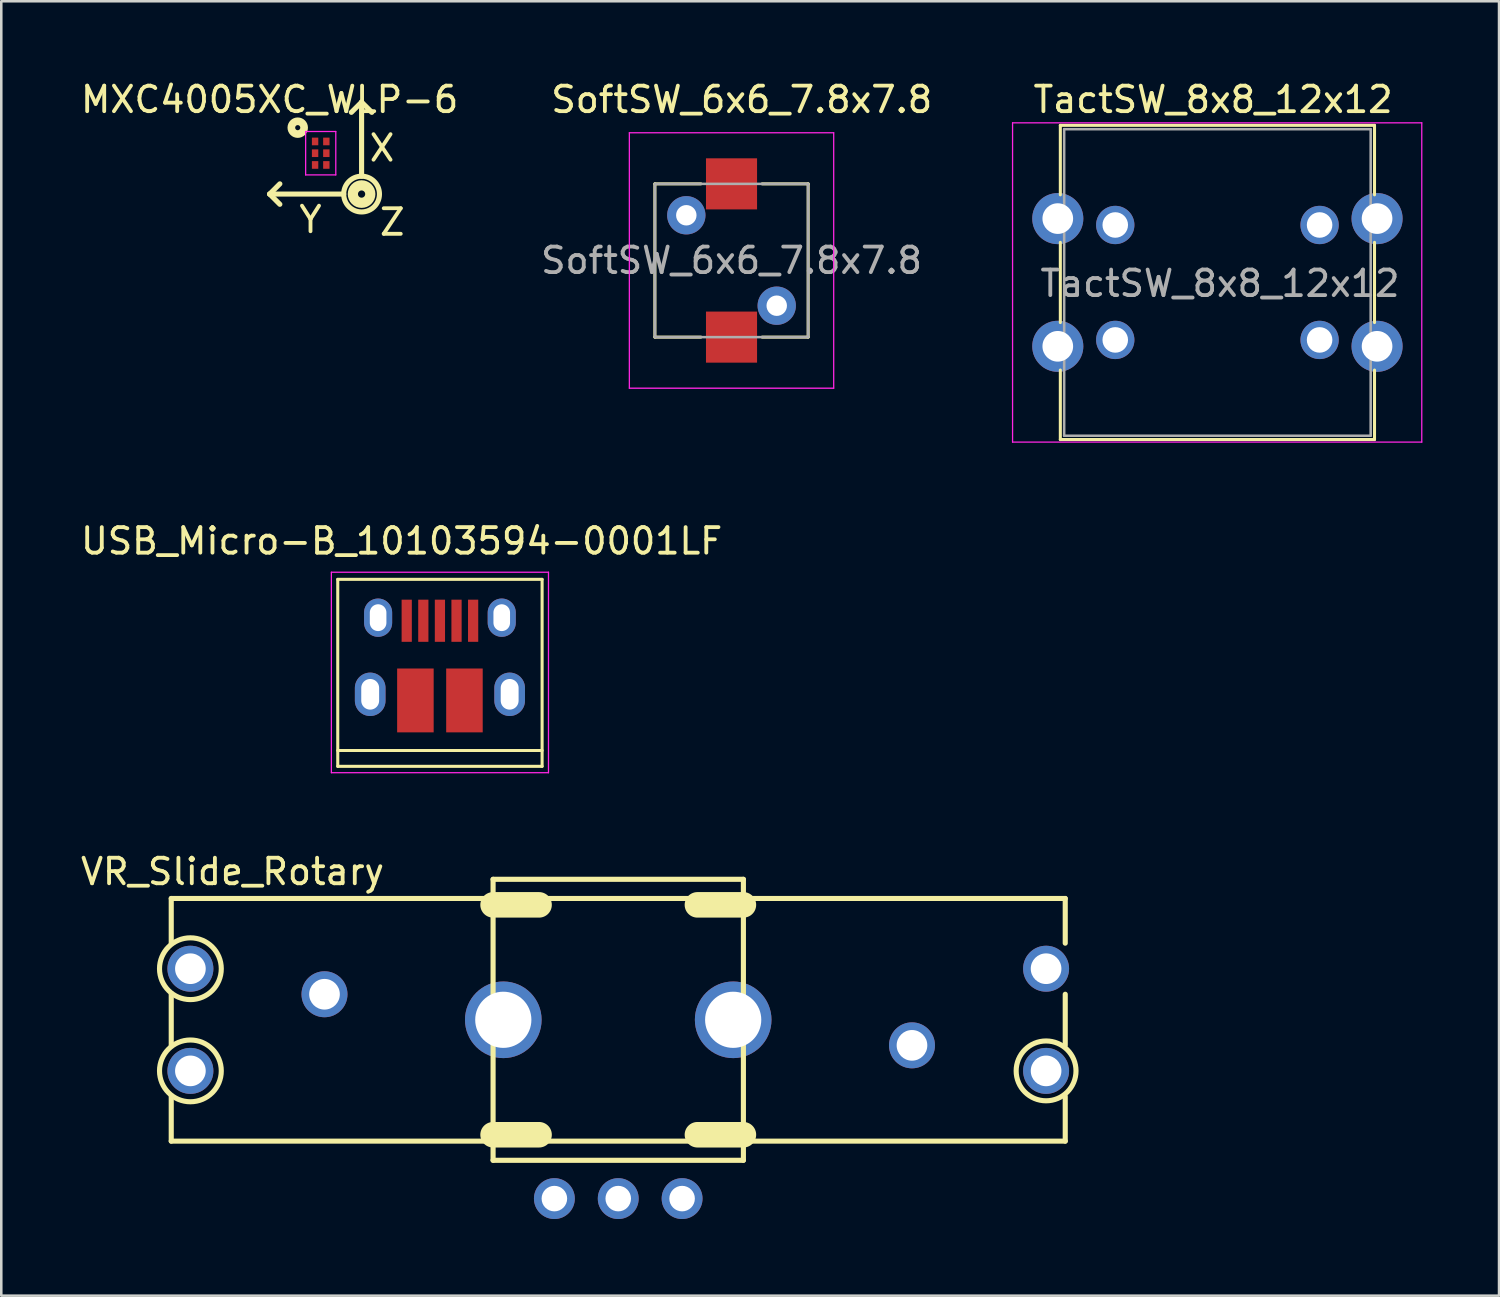
<source format=kicad_pcb>
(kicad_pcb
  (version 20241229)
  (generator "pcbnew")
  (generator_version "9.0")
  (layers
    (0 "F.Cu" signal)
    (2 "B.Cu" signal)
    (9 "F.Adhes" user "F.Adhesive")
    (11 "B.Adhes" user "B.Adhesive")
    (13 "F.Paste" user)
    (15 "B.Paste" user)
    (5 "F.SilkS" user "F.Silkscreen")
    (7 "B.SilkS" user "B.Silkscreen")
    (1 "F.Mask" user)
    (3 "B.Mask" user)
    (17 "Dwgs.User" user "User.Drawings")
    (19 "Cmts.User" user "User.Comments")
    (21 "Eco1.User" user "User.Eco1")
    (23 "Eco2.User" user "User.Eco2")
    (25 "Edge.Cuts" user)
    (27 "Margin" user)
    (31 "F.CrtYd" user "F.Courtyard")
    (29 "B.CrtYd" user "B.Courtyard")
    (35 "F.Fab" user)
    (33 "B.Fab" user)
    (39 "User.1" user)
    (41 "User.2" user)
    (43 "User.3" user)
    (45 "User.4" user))
  (footprint "USB_Micro-B_10103594-0001LF"
    (layer "F.Cu")
    (at 14.173 22.752)
    (property "Reference" "USB_Micro-B_10103594-0001LF" (at -1.5 -4.62 0) (layer "F.SilkS") (effects (font (size 1 1) (thickness 0.15))))
    (attr smd)
    (fp_line (start -4 -3.12) (end 4 -3.12) (stroke (width 0.12) (type solid)) (layer "F.SilkS"))
    (fp_line (start -4 4.2) (end -4 -3.12) (stroke (width 0.12) (type solid)) (layer "F.SilkS"))
    (fp_line (start -4 4.2) (end 4 4.2) (stroke (width 0.12) (type solid)) (layer "F.SilkS"))
    (fp_line (start 4 -3.12) (end 4 4.2) (stroke (width 0.12) (type solid)) (layer "F.SilkS"))
    (fp_line (start 4 3.58) (end -4 3.58) (stroke (width 0.12) (type solid)) (layer "F.SilkS"))
    (fp_line (start -4.25 -3.4) (end 4.25 -3.4) (stroke (width 0.05) (type solid)) (layer "F.CrtYd"))
    (fp_line (start -4.25 4.45) (end -4.25 -3.4) (stroke (width 0.05) (type solid)) (layer "F.CrtYd"))
    (fp_line (start 4.25 -3.4) (end 4.25 4.45) (stroke (width 0.05) (type solid)) (layer "F.CrtYd"))
    (fp_line (start 4.25 4.45) (end -4.25 4.45) (stroke (width 0.05) (type solid)) (layer "F.CrtYd"))
    (pad "1" smd rect (at -1.3 -1.5 90) (size 1.65 0.4) (layers "F.Cu" "F.Mask" "F.Paste"))
    (pad "2" smd rect (at -0.65 -1.5 90) (size 1.65 0.4) (layers "F.Cu" "F.Mask" "F.Paste"))
    (pad "3" smd rect (at 0 -1.5 90) (size 1.65 0.4) (layers "F.Cu" "F.Mask" "F.Paste"))
    (pad "4" smd rect (at 0.65 -1.5 90) (size 1.65 0.4) (layers "F.Cu" "F.Mask" "F.Paste"))
    (pad "5" smd rect (at 1.3 -1.5 90) (size 1.65 0.4) (layers "F.Cu" "F.Mask" "F.Paste"))
    (pad "6" thru_hole oval (at -2.73 1.38 90) (size 1.7 1.2) (drill oval 1.2 0.7) (layers "*.Cu" "*.Mask"))
    (pad "6" thru_hole oval (at -2.42 -1.62 90) (size 1.5 1.1) (drill oval 1.05 0.65) (layers "*.Cu" "*.Mask"))
    (pad "6" smd rect (at -0.96 1.62 90) (size 2.5 1.43) (layers "F.Cu" "F.Mask" "F.Paste"))
    (pad "6" smd rect (at 0.96 1.62 90) (size 2.5 1.43) (layers "F.Cu" "F.Mask" "F.Paste"))
    (pad "6" thru_hole oval (at 2.42 -1.62 90) (size 1.5 1.1) (drill oval 1.05 0.65) (layers "*.Cu" "*.Mask"))
    (pad "6" thru_hole oval (at 2.73 1.38 90) (size 1.7 1.2) (drill oval 1.2 0.7) (layers "*.Cu" "*.Mask")))
  (footprint "VR_Slide_Rotary"
    (layer "F.Cu")
    (at 21.154 36.875)
    (property "Reference" "VR_Slide_Rotary" (at -15.1 -5.8 0) (layer "F.SilkS") (effects (font (size 1 1) (thickness 0.15))))
    (attr exclude_from_pos_files exclude_from_bom)
    (fp_line (start -17.5 -4.75) (end -17.5 -3) (stroke (width 0.2) (type solid)) (layer "F.SilkS"))
    (fp_line (start -17.5 -1) (end -17.5 1) (stroke (width 0.2) (type solid)) (layer "F.SilkS"))
    (fp_line (start -17.5 4.75) (end -17.5 3) (stroke (width 0.2) (type solid)) (layer "F.SilkS"))
    (fp_line (start -17.5 4.75) (end 17.5 4.75) (stroke (width 0.2) (type solid)) (layer "F.SilkS"))
    (fp_line (start -4.9 -5.5) (end -4.9 5.5) (stroke (width 0.2) (type solid)) (layer "F.SilkS"))
    (fp_line (start -4.9 -4.5) (end -3.1 -4.5) (stroke (width 1) (type solid)) (layer "F.SilkS"))
    (fp_line (start -4.9 4.5) (end -3.1 4.5) (stroke (width 1) (type solid)) (layer "F.SilkS"))
    (fp_line (start -4.9 5.5) (end 4.9 5.5) (stroke (width 0.2) (type solid)) (layer "F.SilkS"))
    (fp_line (start 4.9 -5.5) (end -4.9 -5.5) (stroke (width 0.2) (type solid)) (layer "F.SilkS"))
    (fp_line (start 4.9 -4.5) (end 3.1 -4.5) (stroke (width 1) (type solid)) (layer "F.SilkS"))
    (fp_line (start 4.9 4.5) (end 3.1 4.5) (stroke (width 1) (type solid)) (layer "F.SilkS"))
    (fp_line (start 4.9 5.5) (end 4.9 -5.5) (stroke (width 0.2) (type solid)) (layer "F.SilkS"))
    (fp_line (start 17.5 -4.75) (end -17.5 -4.75) (stroke (width 0.2) (type solid)) (layer "F.SilkS"))
    (fp_line (start 17.5 -4.75) (end 17.5 -3) (stroke (width 0.2) (type solid)) (layer "F.SilkS"))
    (fp_line (start 17.5 -1) (end 17.5 1) (stroke (width 0.2) (type solid)) (layer "F.SilkS"))
    (fp_line (start 17.5 4.75) (end 17.5 3) (stroke (width 0.2) (type solid)) (layer "F.SilkS"))
    (fp_circle (center -16.75 -2) (end -15.7 -1.4) (stroke (width 0.2) (type solid)) (fill no) (layer "F.SilkS"))
    (fp_circle (center -16.75 2) (end -15.7 2.6) (stroke (width 0.2) (type solid)) (fill no) (layer "F.SilkS"))
    (fp_circle (center 16.75 2) (end 17.5 2.9) (stroke (width 0.2) (type solid)) (fill no) (layer "F.SilkS"))
    (pad "" thru_hole circle (at -4.5 0) (size 3 3) (drill 2.2) (layers "*.Cu" "B.Mask"))
    (pad "" thru_hole circle (at 4.5 0) (size 3 3) (drill 2.2) (layers "*.Cu" "B.Mask"))
    (pad "1A" thru_hole circle (at -16.75 2) (size 1.8 1.8) (drill 1.2) (layers "*.Cu" "*.Mask"))
    (pad "1A" thru_hole circle (at -2.5 7) (size 1.6 1.6) (drill 1) (layers "*.Cu" "*.Mask"))
    (pad "1B" thru_hole circle (at -16.75 -2) (size 1.8 1.8) (drill 1.2) (layers "*.Cu" "*.Mask"))
    (pad "1B" thru_hole circle (at 0 7) (size 1.6 1.6) (drill 1) (layers "*.Cu" "*.Mask"))
    (pad "2A" thru_hole circle (at 11.5 1) (size 1.8 1.8) (drill 1.2) (layers "*.Cu" "B.Mask"))
    (pad "2B" thru_hole circle (at -11.5 -1) (size 1.8 1.8) (drill 1.2) (layers "*.Cu" "B.Mask"))
    (pad "3A" thru_hole circle (at 2.5 7) (size 1.6 1.6) (drill 1) (layers "*.Cu" "*.Mask"))
    (pad "3A" thru_hole circle (at 16.75 2) (size 1.8 1.8) (drill 1.2) (layers "*.Cu" "*.Mask"))
    (pad "3B" thru_hole circle (at 16.75 -2) (size 1.8 1.8) (drill 1.2) (layers "*.Cu" "*.Mask")))
  (footprint "MXC4005XC_WLP-6"
    (layer "F.Cu")
    (at 9.506 2.948)
    (property "Reference" "MXC4005XC_WLP-6" (at -2 -2.1 0) (layer "F.SilkS") (effects (font (size 1 1) (thickness 0.15))))
    (attr smd)
    (fp_line (start -2 1.6) (end -1.6 1.2) (stroke (width 0.2) (type solid)) (layer "F.SilkS"))
    (fp_line (start -2 1.6) (end -1.6 2) (stroke (width 0.2) (type solid)) (layer "F.SilkS"))
    (fp_line (start 0.9 1.6) (end -2 1.6) (stroke (width 0.2) (type solid)) (layer "F.SilkS"))
    (fp_line (start 1.6 -2) (end 1.2 -1.6) (stroke (width 0.2) (type solid)) (layer "F.SilkS"))
    (fp_line (start 1.6 -2) (end 2 -1.6) (stroke (width 0.2) (type solid)) (layer "F.SilkS"))
    (fp_line (start 1.6 0.9) (end 1.6 -2) (stroke (width 0.2) (type solid)) (layer "F.SilkS"))
    (fp_circle (center -0.9 -1) (end -0.9 -0.9) (stroke (width 0.3) (type solid)) (fill no) (layer "F.SilkS"))
    (fp_circle (center 1.6 1.6) (end 0.9 1.6) (stroke (width 0.2) (type solid)) (fill no) (layer "F.SilkS"))
    (fp_circle (center 1.6 1.6) (end 1.5 1.5) (stroke (width 0.4) (type solid)) (fill no) (layer "F.SilkS"))
    (fp_line (start -0.59 -0.85) (end -0.59 0.85) (stroke (width 0.05) (type solid)) (layer "F.CrtYd"))
    (fp_line (start -0.59 -0.85) (end 0.59 -0.85) (stroke (width 0.05) (type solid)) (layer "F.CrtYd"))
    (fp_line (start 0.59 0.85) (end -0.59 0.85) (stroke (width 0.05) (type solid)) (layer "F.CrtYd"))
    (fp_line (start 0.59 0.85) (end 0.59 -0.85) (stroke (width 0.05) (type solid)) (layer "F.CrtYd"))
    (fp_text user "Y" (at -0.4 2.6 0) (layer "F.SilkS") (effects (font (size 1 1) (thickness 0.15))))
    (fp_text user "X" (at 2.4 -0.2 0) (layer "F.SilkS") (effects (font (size 1 1) (thickness 0.15))))
    (fp_text user "Z" (at 2.8 2.7 0) (layer "F.SilkS") (effects (font (size 1 1) (thickness 0.15))))
    (pad "1" smd rect (at -0.22 -0.46) (size 0.25 0.3) (layers "F.Cu" "F.Mask" "F.Paste"))
    (pad "2" smd rect (at -0.22 0) (size 0.25 0.3) (layers "F.Cu" "F.Mask" "F.Paste"))
    (pad "3" smd rect (at -0.22 0.46) (size 0.25 0.3) (layers "F.Cu" "F.Mask" "F.Paste"))
    (pad "4" smd rect (at 0.22 0.46) (size 0.25 0.3) (layers "F.Cu" "F.Mask" "F.Paste"))
    (pad "5" smd rect (at 0.22 0) (size 0.25 0.3) (layers "F.Cu" "F.Mask" "F.Paste"))
    (pad "6" smd rect (at 0.22 -0.46) (size 0.25 0.3) (layers "F.Cu" "F.Mask" "F.Paste")))
  (footprint "SoftSW_6x6_7.8x7.8"
    (layer "F.Cu")
    (at 25.589 7.148)
    (property "Reference" "SoftSW_6x6_7.8x7.8" (at 0.4 -6.3 0) (layer "F.SilkS") (effects (font (size 1 1) (thickness 0.15))))
    (attr through_hole)
    (fp_line (start -3 -3) (end -3 3) (stroke (width 0.12) (type solid)) (layer "F.SilkS"))
    (fp_line (start -3 -3) (end -1.2 -3) (stroke (width 0.12) (type solid)) (layer "F.SilkS"))
    (fp_line (start -3 3) (end -1.2 3) (stroke (width 0.12) (type solid)) (layer "F.SilkS"))
    (fp_line (start 1.2 -3) (end 3 -3) (stroke (width 0.12) (type solid)) (layer "F.SilkS"))
    (fp_line (start 1.2 3) (end 3 3) (stroke (width 0.12) (type solid)) (layer "F.SilkS"))
    (fp_line (start 3 -3) (end 3 3) (stroke (width 0.12) (type solid)) (layer "F.SilkS"))
    (fp_line (start -4 -5) (end -4 5) (stroke (width 0.05) (type solid)) (layer "F.CrtYd"))
    (fp_line (start -4 -5) (end 4 -5) (stroke (width 0.05) (type solid)) (layer "F.CrtYd"))
    (fp_line (start -4 5) (end 4 5) (stroke (width 0.05) (type solid)) (layer "F.CrtYd"))
    (fp_line (start 4 -5) (end 4 5) (stroke (width 0.05) (type solid)) (layer "F.CrtYd"))
    (fp_line (start -3 -3) (end -3 3) (stroke (width 0.1) (type solid)) (layer "F.Fab"))
    (fp_line (start -3 -3) (end 3 -3) (stroke (width 0.1) (type solid)) (layer "F.Fab"))
    (fp_line (start -3 3) (end 3 3) (stroke (width 0.1) (type solid)) (layer "F.Fab"))
    (fp_line (start 3 -3) (end 3 3) (stroke (width 0.1) (type solid)) (layer "F.Fab"))
    (fp_text user "${REFERENCE}" (at 0 0 0) (layer "F.Fab") (effects (font (size 1 1) (thickness 0.15))))
    (pad "1" thru_hole circle (at -1.77 -1.77) (size 1.5 1.5) (drill 0.8) (layers "*.Cu" "*.Mask"))
    (pad "1" smd rect (at 0 -3) (size 2 2) (layers "F.Cu" "F.Mask" "F.Paste"))
    (pad "2" smd rect (at 0 3) (size 2 2) (layers "F.Cu" "F.Mask" "F.Paste"))
    (pad "2" thru_hole circle (at 1.77 1.77) (size 1.5 1.5) (drill 0.8) (layers "*.Cu" "*.Mask")))
  (footprint "TactSW_8x8_12x12"
    (layer "F.Cu")
    (at 38.362 5.508)
    (property "Reference" "TactSW_8x8_12x12" (at 6.08 -4.66 0) (layer "F.SilkS") (effects (font (size 1 1) (thickness 0.15))))
    (attr through_hole)
    (fp_line (start 0.1 -3.65) (end 12.4 -3.65) (stroke (width 0.12) (type solid)) (layer "F.SilkS"))
    (fp_line (start 0.1 -0.93) (end 0.1 -3.65) (stroke (width 0.12) (type solid)) (layer "F.SilkS"))
    (fp_line (start 0.1 4.07) (end 0.1 0.93) (stroke (width 0.12) (type solid)) (layer "F.SilkS"))
    (fp_line (start 0.1 8.65) (end 0.1 5.93) (stroke (width 0.12) (type solid)) (layer "F.SilkS"))
    (fp_line (start 12.4 -3.65) (end 12.4 -0.93) (stroke (width 0.12) (type solid)) (layer "F.SilkS"))
    (fp_line (start 12.4 0.93) (end 12.4 4.07) (stroke (width 0.12) (type solid)) (layer "F.SilkS"))
    (fp_line (start 12.4 5.93) (end 12.4 8.65) (stroke (width 0.12) (type solid)) (layer "F.SilkS"))
    (fp_line (start 12.4 8.65) (end 0.1 8.65) (stroke (width 0.12) (type solid)) (layer "F.SilkS"))
    (fp_line (start -1.77 -3.75) (end -1.77 8.75) (stroke (width 0.05) (type solid)) (layer "F.CrtYd"))
    (fp_line (start -1.77 -3.75) (end 14.25 -3.75) (stroke (width 0.05) (type solid)) (layer "F.CrtYd"))
    (fp_line (start 14.25 8.75) (end -1.77 8.75) (stroke (width 0.05) (type solid)) (layer "F.CrtYd"))
    (fp_line (start 14.25 8.75) (end 14.25 -3.75) (stroke (width 0.05) (type solid)) (layer "F.CrtYd"))
    (fp_line (start 0.25 -3.5) (end 0.25 8.5) (stroke (width 0.1) (type solid)) (layer "F.Fab"))
    (fp_line (start 0.25 -3.5) (end 12.25 -3.5) (stroke (width 0.1) (type solid)) (layer "F.Fab"))
    (fp_line (start 0.25 8.5) (end 12.25 8.5) (stroke (width 0.1) (type solid)) (layer "F.Fab"))
    (fp_line (start 12.25 -3.5) (end 12.25 8.5) (stroke (width 0.1) (type solid)) (layer "F.Fab"))
    (fp_text user "${REFERENCE}" (at 6.35 2.54 0) (layer "F.Fab") (effects (font (size 1 1) (thickness 0.15))))
    (pad "" thru_hole circle (at 0 0) (size 2 2) (drill 1.2) (layers "*.Cu" "*.Mask"))
    (pad "" thru_hole circle (at 0 5) (size 2 2) (drill 1.2) (layers "*.Cu" "*.Mask"))
    (pad "" thru_hole circle (at 2.25 0.25) (size 1.5 1.5) (drill 1) (layers "*.Cu" "*.Mask"))
    (pad "" thru_hole circle (at 2.25 4.75) (size 1.5 1.5) (drill 1) (layers "*.Cu" "*.Mask"))
    (pad "1" thru_hole circle (at 10.25 0.25) (size 1.5 1.5) (drill 1) (layers "*.Cu" "*.Mask"))
    (pad "1" thru_hole circle (at 12.5 0) (size 2 2) (drill 1.2) (layers "*.Cu" "*.Mask"))
    (pad "2" thru_hole circle (at 10.25 4.75) (size 1.5 1.5) (drill 1) (layers "*.Cu" "*.Mask"))
    (pad "2" thru_hole circle (at 12.5 5) (size 2 2) (drill 1.2) (layers "*.Cu" "*.Mask")))
  (gr_rect
    (start -3 -3)
    (end 55.637 47.675)
    (stroke (width 0.1) (type default))
    (fill no)
    (layer "Edge.Cuts")))
</source>
